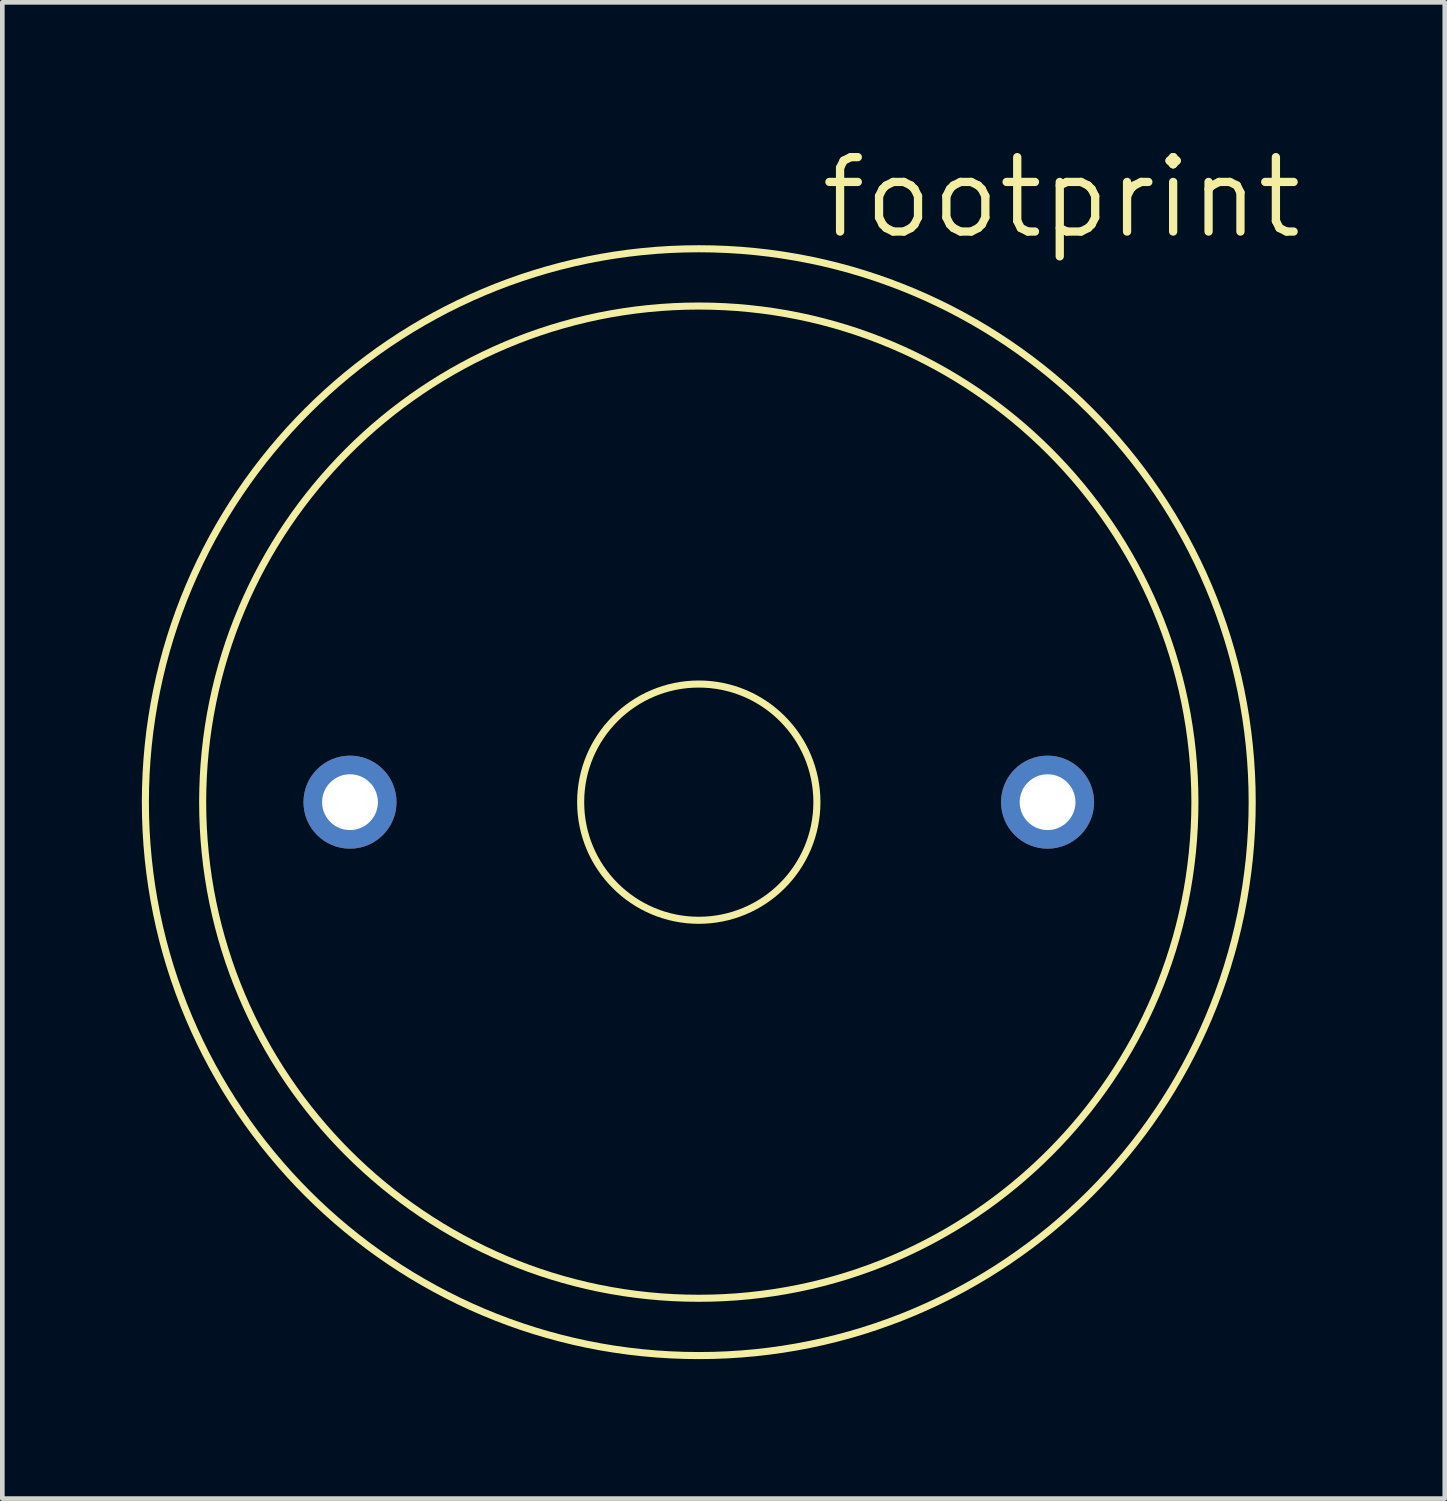
<source format=kicad_pcb>
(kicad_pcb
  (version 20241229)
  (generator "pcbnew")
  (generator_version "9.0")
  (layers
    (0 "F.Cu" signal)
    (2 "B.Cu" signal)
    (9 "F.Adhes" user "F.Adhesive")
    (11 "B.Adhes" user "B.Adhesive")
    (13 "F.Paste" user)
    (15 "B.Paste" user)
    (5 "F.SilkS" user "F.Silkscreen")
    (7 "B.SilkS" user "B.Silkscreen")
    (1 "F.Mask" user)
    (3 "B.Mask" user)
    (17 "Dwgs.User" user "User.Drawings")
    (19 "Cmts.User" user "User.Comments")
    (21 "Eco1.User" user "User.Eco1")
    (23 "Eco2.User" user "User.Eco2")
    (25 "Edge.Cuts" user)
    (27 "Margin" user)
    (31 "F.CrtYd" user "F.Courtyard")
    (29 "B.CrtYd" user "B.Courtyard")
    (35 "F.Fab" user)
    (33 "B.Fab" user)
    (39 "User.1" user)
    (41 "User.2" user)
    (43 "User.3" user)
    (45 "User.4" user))
  (footprint "footprint"
    (layer "F.Cu")
    (at 11.976 14.199)
    (property "Reference" "footprint" (at 2.54 -12.065 0) (layer "F.SilkS") (effects (font (size 1.6 1.6) (thickness 0.178)) (justify left bottom)))
    (fp_circle (center 0 0) (end 2.54 0) (stroke (width 0.152) (type solid)) (fill no) (layer "F.SilkS"))
    (fp_circle (center 0 0) (end 10.668 0) (stroke (width 0.152) (type solid)) (fill no) (layer "F.SilkS"))
    (fp_circle (center 0 0) (end 11.9 0) (stroke (width 0.152) (type solid)) (fill no) (layer "F.SilkS"))
    (pad "+" thru_hole circle (at 7.5 0) (size 2 2) (drill 1.2) (layers "*.Cu" "*.Mask"))
    (pad "-" thru_hole circle (at -7.5 0) (size 2 2) (drill 1.2) (layers "*.Cu" "*.Mask")))
  (gr_rect
    (start -3 -3)
    (end 28.017 29.175)
    (stroke (width 0.1) (type default))
    (fill no)
    (layer "Edge.Cuts")))
</source>
